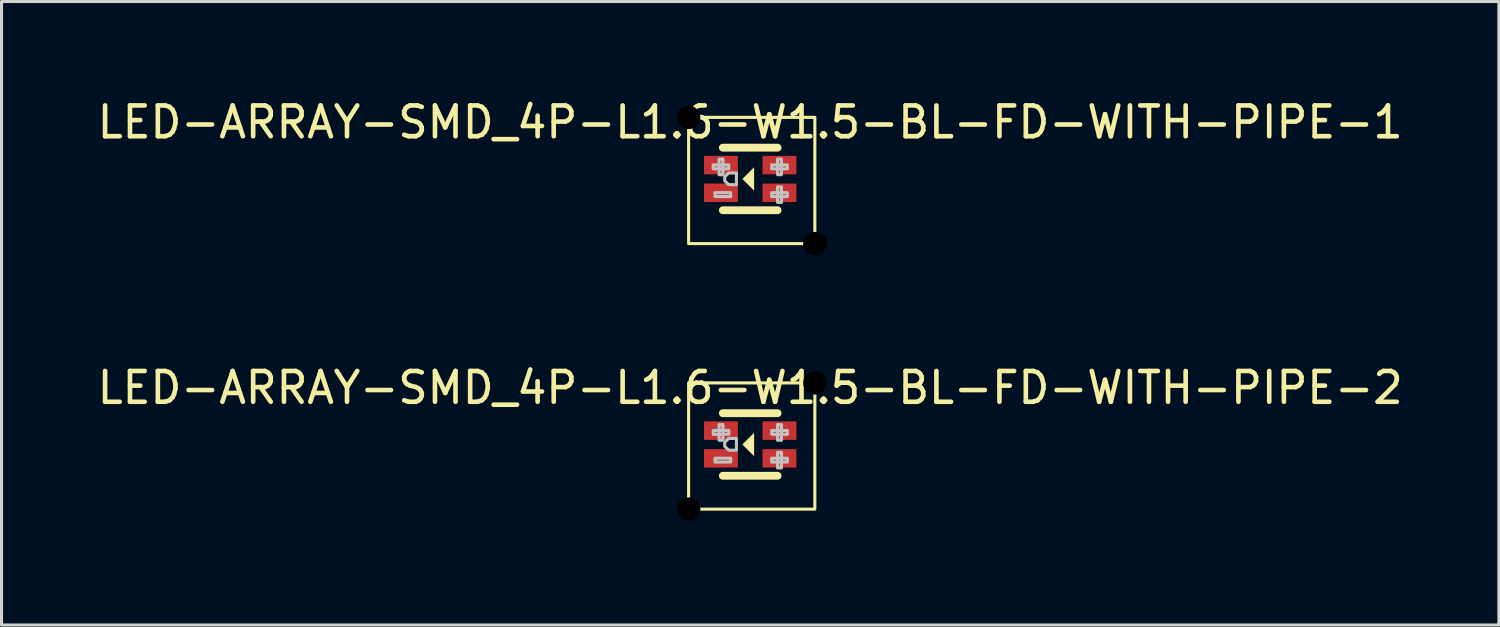
<source format=kicad_pcb>
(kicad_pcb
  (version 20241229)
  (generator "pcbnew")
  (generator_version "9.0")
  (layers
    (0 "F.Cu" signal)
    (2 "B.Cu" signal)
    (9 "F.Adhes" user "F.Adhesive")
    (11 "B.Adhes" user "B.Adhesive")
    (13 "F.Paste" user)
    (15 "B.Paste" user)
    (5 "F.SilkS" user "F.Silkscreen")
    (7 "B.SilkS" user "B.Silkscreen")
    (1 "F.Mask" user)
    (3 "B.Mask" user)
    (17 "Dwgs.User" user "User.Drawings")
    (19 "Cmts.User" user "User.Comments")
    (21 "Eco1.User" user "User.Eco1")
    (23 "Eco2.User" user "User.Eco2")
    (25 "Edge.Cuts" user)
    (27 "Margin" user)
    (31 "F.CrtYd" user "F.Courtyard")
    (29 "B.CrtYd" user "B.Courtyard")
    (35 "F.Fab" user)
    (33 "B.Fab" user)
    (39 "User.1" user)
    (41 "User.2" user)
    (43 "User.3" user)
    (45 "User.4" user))
  (footprint "LED-ARRAY-SMD_4P-L1.6-W1.5-BL-FD-WITH-PIPE-2"
    (layer "F.Cu")
    (at 21.315 11.386)
    (property "Reference" "LED-ARRAY-SMD_4P-L1.6-W1.5-BL-FD-WITH-PIPE-2" (at 0 -1.843 0) (layer "F.SilkS") (effects (font (size 1 1) (thickness 0.15))))
    (fp_line (start -0.889 -1.016) (end 0.889 -1.016) (stroke (width 0.254) (type default)) (layer "F.SilkS"))
    (fp_line (start -0.889 1.016) (end 0.889 1.016) (stroke (width 0.254) (type default)) (layer "F.SilkS"))
    (fp_rect (start -2 -2) (end 2.1 2.1) (stroke (width 0.1) (type default)) (fill no) (layer "F.SilkS"))
    (fp_poly (pts (xy 0.127 -0.381) (xy 0.127 0.381) (xy -0.254 0)) (stroke (width 0) (type default)) (fill yes) (layer "F.SilkS"))
    (fp_poly (pts (xy -1.202 -0.456) (xy -0.694 -0.456) (xy -0.694 -0.329) (xy -1.202 -0.329)) (stroke (width 0.1) (type default)) (fill no) (layer "Dwgs.User"))
    (fp_poly (pts (xy -1.143 0.445) (xy -0.635 0.445) (xy -0.635 0.572) (xy -1.143 0.572)) (stroke (width 0.1) (type default)) (fill no) (layer "Dwgs.User"))
    (fp_poly (pts (xy -1.011 -0.138) (xy -1.011 -0.646) (xy -0.884 -0.646) (xy -0.884 -0.138)) (stroke (width 0.1) (type default)) (fill no) (layer "Dwgs.User"))
    (fp_poly (pts (xy 0.699 -0.456) (xy 1.206 -0.456) (xy 1.206 -0.329) (xy 0.699 -0.329)) (stroke (width 0.1) (type default)) (fill no) (layer "Dwgs.User"))
    (fp_poly (pts (xy 0.699 0.445) (xy 1.206 0.445) (xy 1.206 0.572) (xy 0.699 0.572)) (stroke (width 0.1) (type default)) (fill no) (layer "Dwgs.User"))
    (fp_poly (pts (xy 0.889 -0.138) (xy 0.889 -0.646) (xy 1.016 -0.646) (xy 1.016 -0.138)) (stroke (width 0.1) (type default)) (fill no) (layer "Dwgs.User"))
    (fp_poly (pts (xy 0.889 0.762) (xy 0.889 0.254) (xy 1.016 0.254) (xy 1.016 0.762)) (stroke (width 0.1) (type default)) (fill no) (layer "Dwgs.User"))
    (fp_poly (pts (xy -0.828 0.058) (xy -0.701 0.185) (xy -0.447 0.185) (xy -0.447 -0.196) (xy -0.701 -0.196) (xy -0.828 -0.069)) (stroke (width 0.1) (type default)) (fill no) (layer "Dwgs.User"))
    (fp_poly (pts (xy -0.35 -0.725) (xy -0.35 -0.175) (xy -0.8 -0.175) (xy -0.8 -0.725)) (stroke (width 0.1) (type default)) (fill no) (layer "User.1"))
    (fp_poly (pts (xy -0.35 0.175) (xy -0.35 0.725) (xy -0.8 0.725) (xy -0.8 0.175)) (stroke (width 0.1) (type default)) (fill no) (layer "User.1"))
    (fp_poly (pts (xy 0.35 -0.175) (xy 0.35 -0.725) (xy 0.8 -0.725) (xy 0.8 -0.175)) (stroke (width 0.1) (type default)) (fill no) (layer "User.1"))
    (fp_poly (pts (xy 0.35 0.725) (xy 0.35 0.175) (xy 0.8 0.175) (xy 0.8 0.725)) (stroke (width 0.1) (type default)) (fill no) (layer "User.1"))
    (fp_line (start -0.8 -0.75) (end 0.8 -0.75) (stroke (width 0.051) (type default)) (layer "User.2"))
    (fp_line (start -0.8 0.75) (end -0.8 -0.75) (stroke (width 0.051) (type default)) (layer "User.2"))
    (fp_line (start 0.8 -0.75) (end 0.8 0.75) (stroke (width 0.051) (type default)) (layer "User.2"))
    (fp_line (start 0.8 0.75) (end -0.8 0.75) (stroke (width 0.051) (type default)) (layer "User.2"))
    (fp_poly (pts (xy -0.74 0.75) (xy -0.758 0.708) (xy -0.8 0.69) (xy -0.842 0.708) (xy -0.86 0.75) (xy -0.842 0.792) (xy -0.8 0.81) (xy -0.758 0.792)) (stroke (width 0.1) (type default)) (fill no) (layer "User.3"))
    (pad "" np_thru_hole circle (at -2 2.1) (size 1.524 1.524) (drill 0.762) (layers "*.Mask"))
    (pad "" np_thru_hole circle (at 2.1 -2) (size 1.524 1.524) (drill 0.762) (layers "*.Mask"))
    (pad "1" smd rect (at -0.95 0.45 270) (size 0.6 1.1) (layers "F.Cu" "F.Mask" "F.Paste"))
    (pad "2" smd rect (at 0.95 0.45 270) (size 0.6 1.1) (layers "F.Cu" "F.Mask" "F.Paste"))
    (pad "3" smd rect (at 0.95 -0.45 270) (size 0.6 1.1) (layers "F.Cu" "F.Mask" "F.Paste"))
    (pad "4" smd rect (at -0.95 -0.45 270) (size 0.6 1.1) (layers "F.Cu" "F.Mask" "F.Paste")))
  (footprint "LED-ARRAY-SMD_4P-L1.6-W1.5-BL-FD-WITH-PIPE-1"
    (layer "F.Cu")
    (at 21.315 2.762)
    (property "Reference" "LED-ARRAY-SMD_4P-L1.6-W1.5-BL-FD-WITH-PIPE-1" (at 0 -1.843 0) (layer "F.SilkS") (effects (font (size 1 1) (thickness 0.15))))
    (fp_line (start -0.889 -1.016) (end 0.889 -1.016) (stroke (width 0.254) (type default)) (layer "F.SilkS"))
    (fp_line (start -0.889 1.016) (end 0.889 1.016) (stroke (width 0.254) (type default)) (layer "F.SilkS"))
    (fp_rect (start -2 -2) (end 2.1 2.1) (stroke (width 0.1) (type default)) (fill no) (layer "F.SilkS"))
    (fp_poly (pts (xy 0.127 -0.381) (xy 0.127 0.381) (xy -0.254 0)) (stroke (width 0) (type default)) (fill yes) (layer "F.SilkS"))
    (fp_poly (pts (xy -1.202 -0.456) (xy -0.694 -0.456) (xy -0.694 -0.329) (xy -1.202 -0.329)) (stroke (width 0.1) (type default)) (fill no) (layer "Dwgs.User"))
    (fp_poly (pts (xy -1.143 0.445) (xy -0.635 0.445) (xy -0.635 0.572) (xy -1.143 0.572)) (stroke (width 0.1) (type default)) (fill no) (layer "Dwgs.User"))
    (fp_poly (pts (xy -1.011 -0.138) (xy -1.011 -0.646) (xy -0.884 -0.646) (xy -0.884 -0.138)) (stroke (width 0.1) (type default)) (fill no) (layer "Dwgs.User"))
    (fp_poly (pts (xy 0.699 -0.456) (xy 1.206 -0.456) (xy 1.206 -0.329) (xy 0.699 -0.329)) (stroke (width 0.1) (type default)) (fill no) (layer "Dwgs.User"))
    (fp_poly (pts (xy 0.699 0.445) (xy 1.206 0.445) (xy 1.206 0.572) (xy 0.699 0.572)) (stroke (width 0.1) (type default)) (fill no) (layer "Dwgs.User"))
    (fp_poly (pts (xy 0.889 -0.138) (xy 0.889 -0.646) (xy 1.016 -0.646) (xy 1.016 -0.138)) (stroke (width 0.1) (type default)) (fill no) (layer "Dwgs.User"))
    (fp_poly (pts (xy 0.889 0.762) (xy 0.889 0.254) (xy 1.016 0.254) (xy 1.016 0.762)) (stroke (width 0.1) (type default)) (fill no) (layer "Dwgs.User"))
    (fp_poly (pts (xy -0.828 0.058) (xy -0.701 0.185) (xy -0.447 0.185) (xy -0.447 -0.196) (xy -0.701 -0.196) (xy -0.828 -0.069)) (stroke (width 0.1) (type default)) (fill no) (layer "Dwgs.User"))
    (fp_poly (pts (xy -0.35 -0.725) (xy -0.35 -0.175) (xy -0.8 -0.175) (xy -0.8 -0.725)) (stroke (width 0.1) (type default)) (fill no) (layer "User.1"))
    (fp_poly (pts (xy -0.35 0.175) (xy -0.35 0.725) (xy -0.8 0.725) (xy -0.8 0.175)) (stroke (width 0.1) (type default)) (fill no) (layer "User.1"))
    (fp_poly (pts (xy 0.35 -0.175) (xy 0.35 -0.725) (xy 0.8 -0.725) (xy 0.8 -0.175)) (stroke (width 0.1) (type default)) (fill no) (layer "User.1"))
    (fp_poly (pts (xy 0.35 0.725) (xy 0.35 0.175) (xy 0.8 0.175) (xy 0.8 0.725)) (stroke (width 0.1) (type default)) (fill no) (layer "User.1"))
    (fp_line (start -0.8 -0.75) (end 0.8 -0.75) (stroke (width 0.051) (type default)) (layer "User.2"))
    (fp_line (start -0.8 0.75) (end -0.8 -0.75) (stroke (width 0.051) (type default)) (layer "User.2"))
    (fp_line (start 0.8 -0.75) (end 0.8 0.75) (stroke (width 0.051) (type default)) (layer "User.2"))
    (fp_line (start 0.8 0.75) (end -0.8 0.75) (stroke (width 0.051) (type default)) (layer "User.2"))
    (fp_poly (pts (xy -0.74 0.75) (xy -0.758 0.708) (xy -0.8 0.69) (xy -0.842 0.708) (xy -0.86 0.75) (xy -0.842 0.792) (xy -0.8 0.81) (xy -0.758 0.792)) (stroke (width 0.1) (type default)) (fill no) (layer "User.3"))
    (pad "" np_thru_hole circle (at -2 -2) (size 1.524 1.524) (drill 0.762) (layers "*.Mask"))
    (pad "" np_thru_hole circle (at 2.1 2.1) (size 1.524 1.524) (drill 0.762) (layers "*.Mask"))
    (pad "1" smd rect (at -0.95 0.45 270) (size 0.6 1.1) (layers "F.Cu" "F.Mask" "F.Paste"))
    (pad "2" smd rect (at 0.95 0.45 270) (size 0.6 1.1) (layers "F.Cu" "F.Mask" "F.Paste"))
    (pad "3" smd rect (at 0.95 -0.45 270) (size 0.6 1.1) (layers "F.Cu" "F.Mask" "F.Paste"))
    (pad "4" smd rect (at -0.95 -0.45 270) (size 0.6 1.1) (layers "F.Cu" "F.Mask" "F.Paste")))
  (gr_rect
    (start -3 -3)
    (end 45.631 17.248)
    (stroke (width 0.1) (type default))
    (fill no)
    (layer "Edge.Cuts")))
</source>
